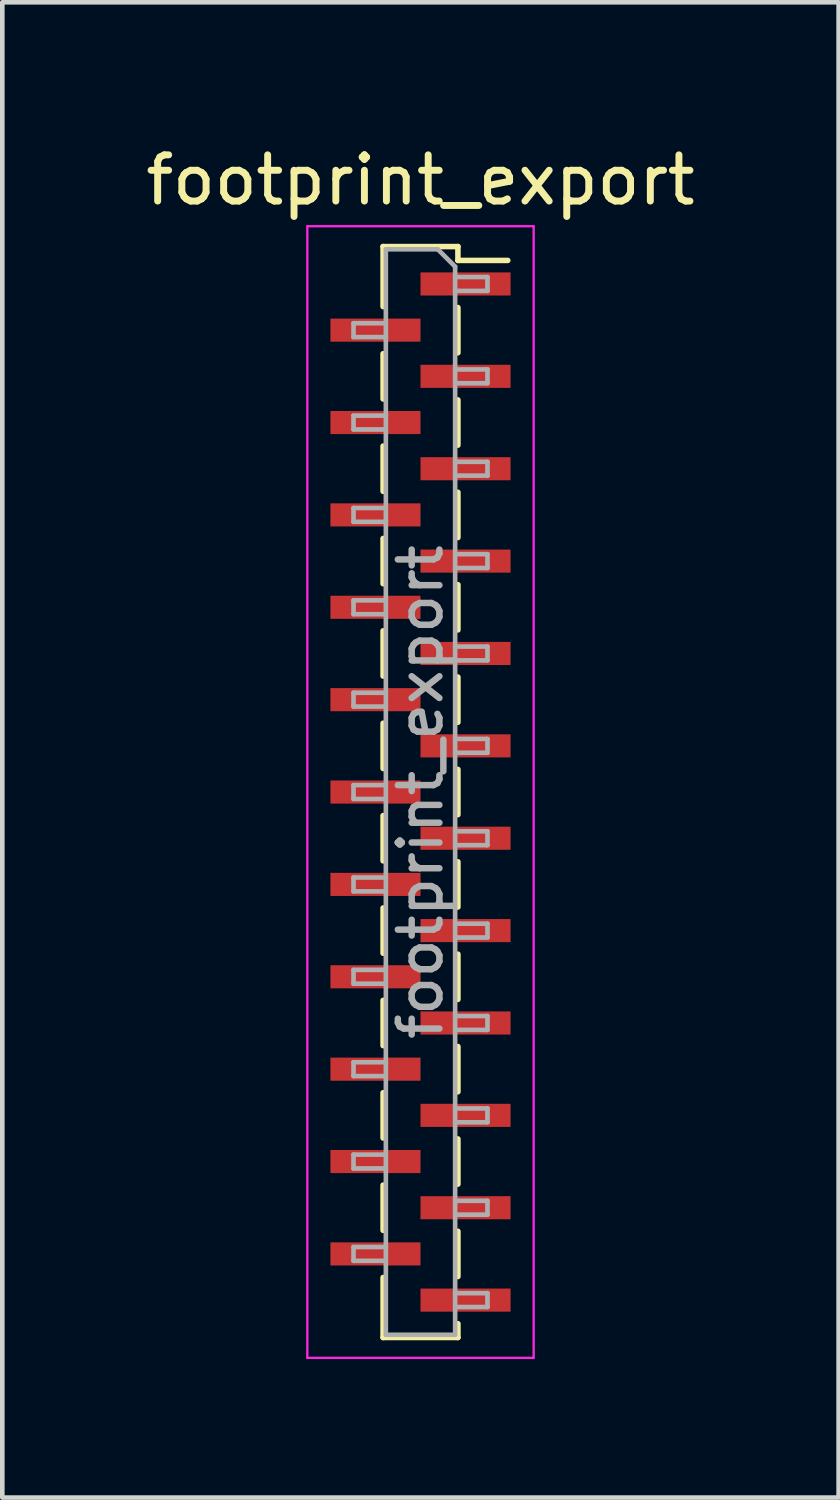
<source format=kicad_pcb>
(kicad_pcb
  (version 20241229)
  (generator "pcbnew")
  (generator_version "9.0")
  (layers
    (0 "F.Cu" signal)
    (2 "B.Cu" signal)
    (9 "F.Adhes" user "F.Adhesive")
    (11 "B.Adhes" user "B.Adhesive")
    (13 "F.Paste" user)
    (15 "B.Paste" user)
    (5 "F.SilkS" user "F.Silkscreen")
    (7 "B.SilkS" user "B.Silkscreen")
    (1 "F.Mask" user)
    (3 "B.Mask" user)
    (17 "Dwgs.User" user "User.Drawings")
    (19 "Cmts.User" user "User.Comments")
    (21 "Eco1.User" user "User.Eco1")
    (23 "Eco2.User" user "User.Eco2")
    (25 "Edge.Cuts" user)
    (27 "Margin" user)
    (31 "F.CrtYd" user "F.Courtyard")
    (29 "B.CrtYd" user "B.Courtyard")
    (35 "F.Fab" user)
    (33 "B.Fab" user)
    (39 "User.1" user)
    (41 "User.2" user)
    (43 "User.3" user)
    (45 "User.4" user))
  (footprint "footprint_export"
    (layer "F.Cu")
    (at 6.054 14.098)
    (property "Reference" "footprint_export" (at 0 -13.25 0) (layer "F.SilkS") (effects (font (size 1 1) (thickness 0.15))))
    (attr smd)
    (fp_line (start -0.81 -11.81) (end -0.81 -10.51) (stroke (width 0.12) (type solid)) (layer "F.SilkS"))
    (fp_line (start -0.81 -11.81) (end 0.81 -11.81) (stroke (width 0.12) (type solid)) (layer "F.SilkS"))
    (fp_line (start -0.81 -9.49) (end -0.81 -8.51) (stroke (width 0.12) (type solid)) (layer "F.SilkS"))
    (fp_line (start -0.81 -7.49) (end -0.81 -6.51) (stroke (width 0.12) (type solid)) (layer "F.SilkS"))
    (fp_line (start -0.81 -5.49) (end -0.81 -4.51) (stroke (width 0.12) (type solid)) (layer "F.SilkS"))
    (fp_line (start -0.81 -3.49) (end -0.81 -2.51) (stroke (width 0.12) (type solid)) (layer "F.SilkS"))
    (fp_line (start -0.81 -1.49) (end -0.81 -0.51) (stroke (width 0.12) (type solid)) (layer "F.SilkS"))
    (fp_line (start -0.81 0.51) (end -0.81 1.49) (stroke (width 0.12) (type solid)) (layer "F.SilkS"))
    (fp_line (start -0.81 2.51) (end -0.81 3.49) (stroke (width 0.12) (type solid)) (layer "F.SilkS"))
    (fp_line (start -0.81 4.51) (end -0.81 5.49) (stroke (width 0.12) (type solid)) (layer "F.SilkS"))
    (fp_line (start -0.81 6.51) (end -0.81 7.49) (stroke (width 0.12) (type solid)) (layer "F.SilkS"))
    (fp_line (start -0.81 8.51) (end -0.81 9.49) (stroke (width 0.12) (type solid)) (layer "F.SilkS"))
    (fp_line (start -0.81 10.51) (end -0.81 11.81) (stroke (width 0.12) (type solid)) (layer "F.SilkS"))
    (fp_line (start -0.81 11.81) (end 0.81 11.81) (stroke (width 0.12) (type solid)) (layer "F.SilkS"))
    (fp_line (start 0.81 -11.81) (end 0.81 -11.51) (stroke (width 0.12) (type solid)) (layer "F.SilkS"))
    (fp_line (start 0.81 -11.51) (end 1.89 -11.51) (stroke (width 0.12) (type solid)) (layer "F.SilkS"))
    (fp_line (start 0.81 -10.49) (end 0.81 -9.51) (stroke (width 0.12) (type solid)) (layer "F.SilkS"))
    (fp_line (start 0.81 -8.49) (end 0.81 -7.51) (stroke (width 0.12) (type solid)) (layer "F.SilkS"))
    (fp_line (start 0.81 -6.49) (end 0.81 -5.51) (stroke (width 0.12) (type solid)) (layer "F.SilkS"))
    (fp_line (start 0.81 -4.49) (end 0.81 -3.51) (stroke (width 0.12) (type solid)) (layer "F.SilkS"))
    (fp_line (start 0.81 -2.49) (end 0.81 -1.51) (stroke (width 0.12) (type solid)) (layer "F.SilkS"))
    (fp_line (start 0.81 -0.49) (end 0.81 0.49) (stroke (width 0.12) (type solid)) (layer "F.SilkS"))
    (fp_line (start 0.81 1.51) (end 0.81 2.49) (stroke (width 0.12) (type solid)) (layer "F.SilkS"))
    (fp_line (start 0.81 3.51) (end 0.81 4.49) (stroke (width 0.12) (type solid)) (layer "F.SilkS"))
    (fp_line (start 0.81 5.51) (end 0.81 6.49) (stroke (width 0.12) (type solid)) (layer "F.SilkS"))
    (fp_line (start 0.81 7.51) (end 0.81 8.49) (stroke (width 0.12) (type solid)) (layer "F.SilkS"))
    (fp_line (start 0.81 9.51) (end 0.81 10.49) (stroke (width 0.12) (type solid)) (layer "F.SilkS"))
    (fp_line (start 0.81 11.51) (end 0.81 11.81) (stroke (width 0.12) (type solid)) (layer "F.SilkS"))
    (fp_line (start -2.45 -12.25) (end 2.45 -12.25) (stroke (width 0.05) (type solid)) (layer "F.CrtYd"))
    (fp_line (start -2.45 12.25) (end -2.45 -12.25) (stroke (width 0.05) (type solid)) (layer "F.CrtYd"))
    (fp_line (start 2.45 -12.25) (end 2.45 12.25) (stroke (width 0.05) (type solid)) (layer "F.CrtYd"))
    (fp_line (start 2.45 12.25) (end -2.45 12.25) (stroke (width 0.05) (type solid)) (layer "F.CrtYd"))
    (fp_line (start -1.45 -10.15) (end -0.75 -10.15) (stroke (width 0.1) (type solid)) (layer "F.Fab"))
    (fp_line (start -1.45 -9.85) (end -1.45 -10.15) (stroke (width 0.1) (type solid)) (layer "F.Fab"))
    (fp_line (start -1.45 -8.15) (end -0.75 -8.15) (stroke (width 0.1) (type solid)) (layer "F.Fab"))
    (fp_line (start -1.45 -7.85) (end -1.45 -8.15) (stroke (width 0.1) (type solid)) (layer "F.Fab"))
    (fp_line (start -1.45 -6.15) (end -0.75 -6.15) (stroke (width 0.1) (type solid)) (layer "F.Fab"))
    (fp_line (start -1.45 -5.85) (end -1.45 -6.15) (stroke (width 0.1) (type solid)) (layer "F.Fab"))
    (fp_line (start -1.45 -4.15) (end -0.75 -4.15) (stroke (width 0.1) (type solid)) (layer "F.Fab"))
    (fp_line (start -1.45 -3.85) (end -1.45 -4.15) (stroke (width 0.1) (type solid)) (layer "F.Fab"))
    (fp_line (start -1.45 -2.15) (end -0.75 -2.15) (stroke (width 0.1) (type solid)) (layer "F.Fab"))
    (fp_line (start -1.45 -1.85) (end -1.45 -2.15) (stroke (width 0.1) (type solid)) (layer "F.Fab"))
    (fp_line (start -1.45 -0.15) (end -0.75 -0.15) (stroke (width 0.1) (type solid)) (layer "F.Fab"))
    (fp_line (start -1.45 0.15) (end -1.45 -0.15) (stroke (width 0.1) (type solid)) (layer "F.Fab"))
    (fp_line (start -1.45 1.85) (end -0.75 1.85) (stroke (width 0.1) (type solid)) (layer "F.Fab"))
    (fp_line (start -1.45 2.15) (end -1.45 1.85) (stroke (width 0.1) (type solid)) (layer "F.Fab"))
    (fp_line (start -1.45 3.85) (end -0.75 3.85) (stroke (width 0.1) (type solid)) (layer "F.Fab"))
    (fp_line (start -1.45 4.15) (end -1.45 3.85) (stroke (width 0.1) (type solid)) (layer "F.Fab"))
    (fp_line (start -1.45 5.85) (end -0.75 5.85) (stroke (width 0.1) (type solid)) (layer "F.Fab"))
    (fp_line (start -1.45 6.15) (end -1.45 5.85) (stroke (width 0.1) (type solid)) (layer "F.Fab"))
    (fp_line (start -1.45 7.85) (end -0.75 7.85) (stroke (width 0.1) (type solid)) (layer "F.Fab"))
    (fp_line (start -1.45 8.15) (end -1.45 7.85) (stroke (width 0.1) (type solid)) (layer "F.Fab"))
    (fp_line (start -1.45 9.85) (end -0.75 9.85) (stroke (width 0.1) (type solid)) (layer "F.Fab"))
    (fp_line (start -1.45 10.15) (end -1.45 9.85) (stroke (width 0.1) (type solid)) (layer "F.Fab"))
    (fp_line (start -0.75 -11.75) (end 0.375 -11.75) (stroke (width 0.1) (type solid)) (layer "F.Fab"))
    (fp_line (start -0.75 -9.85) (end -1.45 -9.85) (stroke (width 0.1) (type solid)) (layer "F.Fab"))
    (fp_line (start -0.75 -7.85) (end -1.45 -7.85) (stroke (width 0.1) (type solid)) (layer "F.Fab"))
    (fp_line (start -0.75 -5.85) (end -1.45 -5.85) (stroke (width 0.1) (type solid)) (layer "F.Fab"))
    (fp_line (start -0.75 -3.85) (end -1.45 -3.85) (stroke (width 0.1) (type solid)) (layer "F.Fab"))
    (fp_line (start -0.75 -1.85) (end -1.45 -1.85) (stroke (width 0.1) (type solid)) (layer "F.Fab"))
    (fp_line (start -0.75 0.15) (end -1.45 0.15) (stroke (width 0.1) (type solid)) (layer "F.Fab"))
    (fp_line (start -0.75 2.15) (end -1.45 2.15) (stroke (width 0.1) (type solid)) (layer "F.Fab"))
    (fp_line (start -0.75 4.15) (end -1.45 4.15) (stroke (width 0.1) (type solid)) (layer "F.Fab"))
    (fp_line (start -0.75 6.15) (end -1.45 6.15) (stroke (width 0.1) (type solid)) (layer "F.Fab"))
    (fp_line (start -0.75 8.15) (end -1.45 8.15) (stroke (width 0.1) (type solid)) (layer "F.Fab"))
    (fp_line (start -0.75 10.15) (end -1.45 10.15) (stroke (width 0.1) (type solid)) (layer "F.Fab"))
    (fp_line (start -0.75 11.75) (end -0.75 -11.75) (stroke (width 0.1) (type solid)) (layer "F.Fab"))
    (fp_line (start 0.375 -11.75) (end 0.75 -11.375) (stroke (width 0.1) (type solid)) (layer "F.Fab"))
    (fp_line (start 0.75 -11.375) (end 0.75 11.75) (stroke (width 0.1) (type solid)) (layer "F.Fab"))
    (fp_line (start 0.75 -11.15) (end 1.45 -11.15) (stroke (width 0.1) (type solid)) (layer "F.Fab"))
    (fp_line (start 0.75 -9.15) (end 1.45 -9.15) (stroke (width 0.1) (type solid)) (layer "F.Fab"))
    (fp_line (start 0.75 -7.15) (end 1.45 -7.15) (stroke (width 0.1) (type solid)) (layer "F.Fab"))
    (fp_line (start 0.75 -5.15) (end 1.45 -5.15) (stroke (width 0.1) (type solid)) (layer "F.Fab"))
    (fp_line (start 0.75 -3.15) (end 1.45 -3.15) (stroke (width 0.1) (type solid)) (layer "F.Fab"))
    (fp_line (start 0.75 -1.15) (end 1.45 -1.15) (stroke (width 0.1) (type solid)) (layer "F.Fab"))
    (fp_line (start 0.75 0.85) (end 1.45 0.85) (stroke (width 0.1) (type solid)) (layer "F.Fab"))
    (fp_line (start 0.75 2.85) (end 1.45 2.85) (stroke (width 0.1) (type solid)) (layer "F.Fab"))
    (fp_line (start 0.75 4.85) (end 1.45 4.85) (stroke (width 0.1) (type solid)) (layer "F.Fab"))
    (fp_line (start 0.75 6.85) (end 1.45 6.85) (stroke (width 0.1) (type solid)) (layer "F.Fab"))
    (fp_line (start 0.75 8.85) (end 1.45 8.85) (stroke (width 0.1) (type solid)) (layer "F.Fab"))
    (fp_line (start 0.75 10.85) (end 1.45 10.85) (stroke (width 0.1) (type solid)) (layer "F.Fab"))
    (fp_line (start 0.75 11.75) (end -0.75 11.75) (stroke (width 0.1) (type solid)) (layer "F.Fab"))
    (fp_line (start 1.45 -11.15) (end 1.45 -10.85) (stroke (width 0.1) (type solid)) (layer "F.Fab"))
    (fp_line (start 1.45 -10.85) (end 0.75 -10.85) (stroke (width 0.1) (type solid)) (layer "F.Fab"))
    (fp_line (start 1.45 -9.15) (end 1.45 -8.85) (stroke (width 0.1) (type solid)) (layer "F.Fab"))
    (fp_line (start 1.45 -8.85) (end 0.75 -8.85) (stroke (width 0.1) (type solid)) (layer "F.Fab"))
    (fp_line (start 1.45 -7.15) (end 1.45 -6.85) (stroke (width 0.1) (type solid)) (layer "F.Fab"))
    (fp_line (start 1.45 -6.85) (end 0.75 -6.85) (stroke (width 0.1) (type solid)) (layer "F.Fab"))
    (fp_line (start 1.45 -5.15) (end 1.45 -4.85) (stroke (width 0.1) (type solid)) (layer "F.Fab"))
    (fp_line (start 1.45 -4.85) (end 0.75 -4.85) (stroke (width 0.1) (type solid)) (layer "F.Fab"))
    (fp_line (start 1.45 -3.15) (end 1.45 -2.85) (stroke (width 0.1) (type solid)) (layer "F.Fab"))
    (fp_line (start 1.45 -2.85) (end 0.75 -2.85) (stroke (width 0.1) (type solid)) (layer "F.Fab"))
    (fp_line (start 1.45 -1.15) (end 1.45 -0.85) (stroke (width 0.1) (type solid)) (layer "F.Fab"))
    (fp_line (start 1.45 -0.85) (end 0.75 -0.85) (stroke (width 0.1) (type solid)) (layer "F.Fab"))
    (fp_line (start 1.45 0.85) (end 1.45 1.15) (stroke (width 0.1) (type solid)) (layer "F.Fab"))
    (fp_line (start 1.45 1.15) (end 0.75 1.15) (stroke (width 0.1) (type solid)) (layer "F.Fab"))
    (fp_line (start 1.45 2.85) (end 1.45 3.15) (stroke (width 0.1) (type solid)) (layer "F.Fab"))
    (fp_line (start 1.45 3.15) (end 0.75 3.15) (stroke (width 0.1) (type solid)) (layer "F.Fab"))
    (fp_line (start 1.45 4.85) (end 1.45 5.15) (stroke (width 0.1) (type solid)) (layer "F.Fab"))
    (fp_line (start 1.45 5.15) (end 0.75 5.15) (stroke (width 0.1) (type solid)) (layer "F.Fab"))
    (fp_line (start 1.45 6.85) (end 1.45 7.15) (stroke (width 0.1) (type solid)) (layer "F.Fab"))
    (fp_line (start 1.45 7.15) (end 0.75 7.15) (stroke (width 0.1) (type solid)) (layer "F.Fab"))
    (fp_line (start 1.45 8.85) (end 1.45 9.15) (stroke (width 0.1) (type solid)) (layer "F.Fab"))
    (fp_line (start 1.45 9.15) (end 0.75 9.15) (stroke (width 0.1) (type solid)) (layer "F.Fab"))
    (fp_line (start 1.45 10.85) (end 1.45 11.15) (stroke (width 0.1) (type solid)) (layer "F.Fab"))
    (fp_line (start 1.45 11.15) (end 0.75 11.15) (stroke (width 0.1) (type solid)) (layer "F.Fab"))
    (fp_text user "${REFERENCE}" (at 0 0 90) (layer "F.Fab") (effects (font (size 0.9 0.9) (thickness 0.14))))
    (pad "1" smd rect (at 0.975 -11) (size 1.95 0.5) (layers "F.Cu" "F.Mask" "F.Paste"))
    (pad "2" smd rect (at -0.975 -10) (size 1.95 0.5) (layers "F.Cu" "F.Mask" "F.Paste"))
    (pad "3" smd rect (at 0.975 -9) (size 1.95 0.5) (layers "F.Cu" "F.Mask" "F.Paste"))
    (pad "4" smd rect (at -0.975 -8) (size 1.95 0.5) (layers "F.Cu" "F.Mask" "F.Paste"))
    (pad "5" smd rect (at 0.975 -7) (size 1.95 0.5) (layers "F.Cu" "F.Mask" "F.Paste"))
    (pad "6" smd rect (at -0.975 -6) (size 1.95 0.5) (layers "F.Cu" "F.Mask" "F.Paste"))
    (pad "7" smd rect (at 0.975 -5) (size 1.95 0.5) (layers "F.Cu" "F.Mask" "F.Paste"))
    (pad "8" smd rect (at -0.975 -4) (size 1.95 0.5) (layers "F.Cu" "F.Mask" "F.Paste"))
    (pad "9" smd rect (at 0.975 -3) (size 1.95 0.5) (layers "F.Cu" "F.Mask" "F.Paste"))
    (pad "10" smd rect (at -0.975 -2) (size 1.95 0.5) (layers "F.Cu" "F.Mask" "F.Paste"))
    (pad "11" smd rect (at 0.975 -1) (size 1.95 0.5) (layers "F.Cu" "F.Mask" "F.Paste"))
    (pad "12" smd rect (at -0.975 0) (size 1.95 0.5) (layers "F.Cu" "F.Mask" "F.Paste"))
    (pad "13" smd rect (at 0.975 1) (size 1.95 0.5) (layers "F.Cu" "F.Mask" "F.Paste"))
    (pad "14" smd rect (at -0.975 2) (size 1.95 0.5) (layers "F.Cu" "F.Mask" "F.Paste"))
    (pad "15" smd rect (at 0.975 3) (size 1.95 0.5) (layers "F.Cu" "F.Mask" "F.Paste"))
    (pad "16" smd rect (at -0.975 4) (size 1.95 0.5) (layers "F.Cu" "F.Mask" "F.Paste"))
    (pad "17" smd rect (at 0.975 5) (size 1.95 0.5) (layers "F.Cu" "F.Mask" "F.Paste"))
    (pad "18" smd rect (at -0.975 6) (size 1.95 0.5) (layers "F.Cu" "F.Mask" "F.Paste"))
    (pad "19" smd rect (at 0.975 7) (size 1.95 0.5) (layers "F.Cu" "F.Mask" "F.Paste"))
    (pad "20" smd rect (at -0.975 8) (size 1.95 0.5) (layers "F.Cu" "F.Mask" "F.Paste"))
    (pad "21" smd rect (at 0.975 9) (size 1.95 0.5) (layers "F.Cu" "F.Mask" "F.Paste"))
    (pad "22" smd rect (at -0.975 10) (size 1.95 0.5) (layers "F.Cu" "F.Mask" "F.Paste"))
    (pad "23" smd rect (at 0.975 11) (size 1.95 0.5) (layers "F.Cu" "F.Mask" "F.Paste")))
  (gr_rect
    (start -3 -3)
    (end 15.107 29.373)
    (stroke (width 0.1) (type default))
    (fill no)
    (layer "Edge.Cuts")))
</source>
